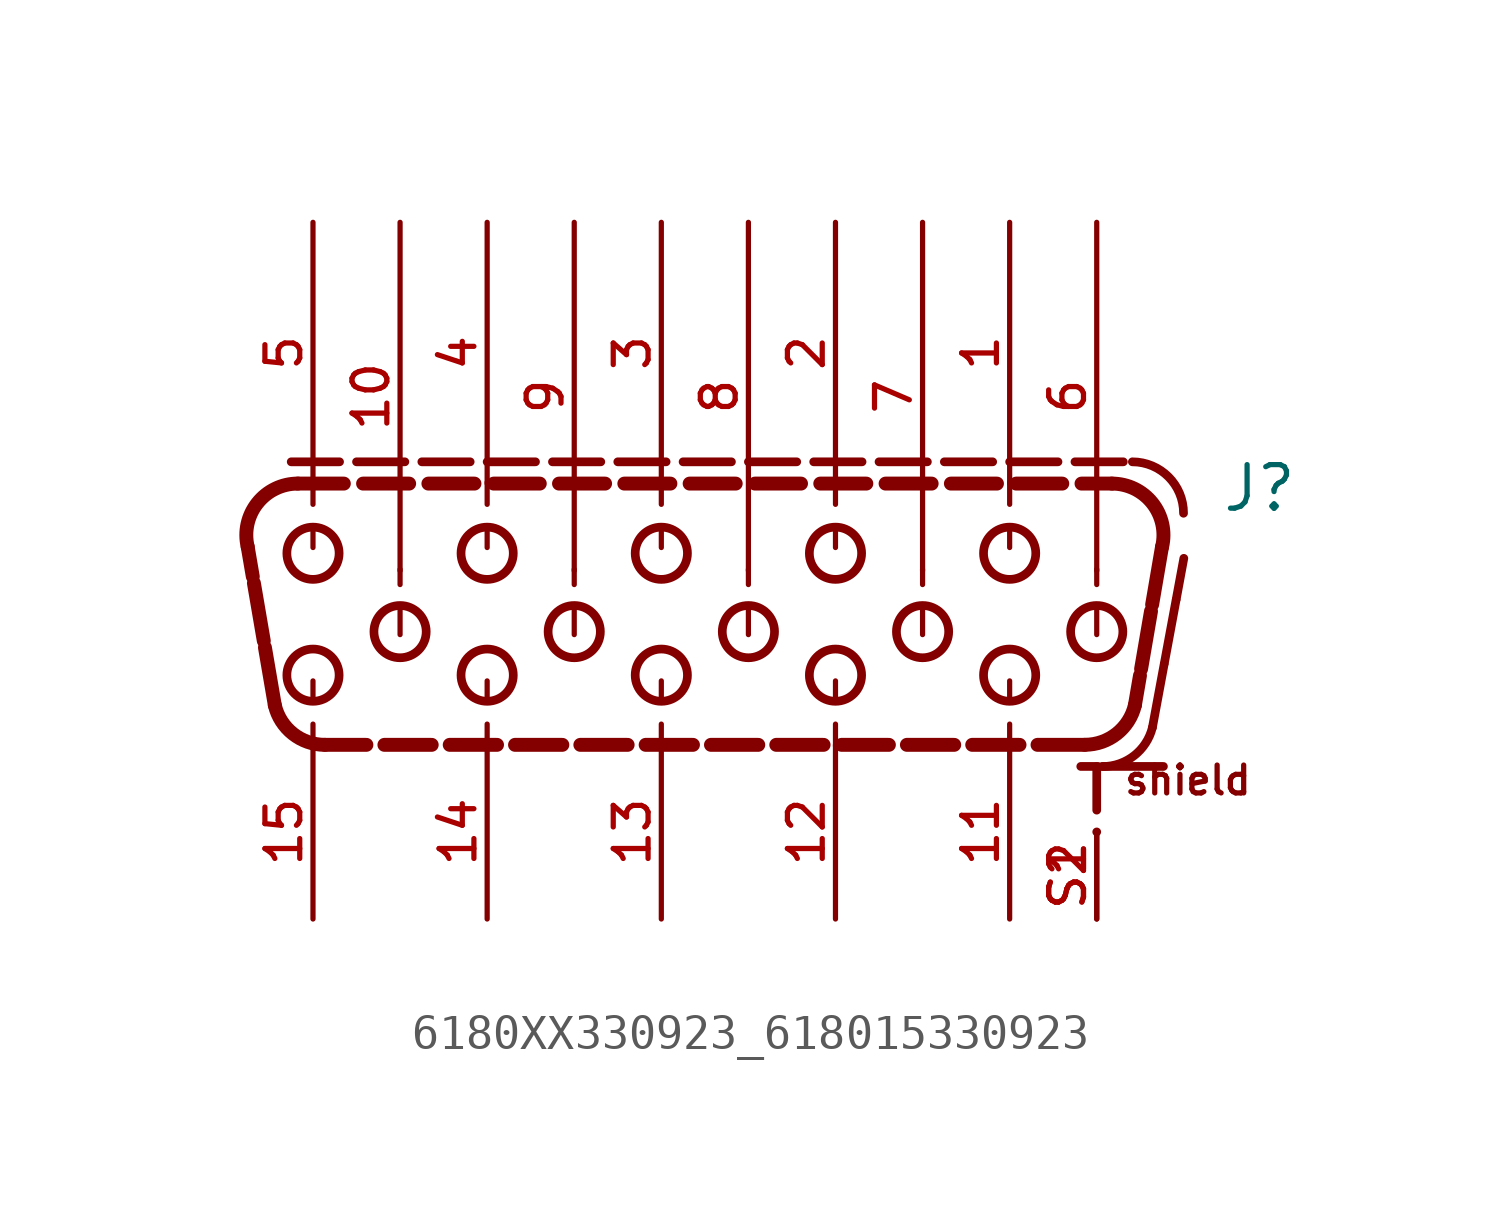
<source format=kicad_sym>
(kicad_symbol_lib
  (version 20241209)
  (generator "kicad_symbol_editor")
  (generator_version "9.0")
  (symbol "6180XX330923_618015330923"
    (pin_names
      (offset 1.016))
    (property "Reference" "J"
      (at 16.32 4.2 0)
      (effects (font (size 1.27 1.27)) (justify left bottom)))
    (symbol "6180XX330923_618015330923_0_0"
      (polyline (pts (xy -11.916 2.37) (xy -12.064 3.235)) (stroke (width 0.406) (type default)) (fill (type none)))
      (polyline (pts (xy -11.595 0.493) (xy -11.883 2.177)) (stroke (width 0.406) (type default)) (fill (type none)))
      (polyline (pts (xy -11.273 -1.385) (xy -11.561 0.299)) (stroke (width 0.406) (type default)) (fill (type none)))
      (polyline (pts (xy -10.795 5.715) (xy -9.385 5.715)) (stroke (width 0.254) (type default)) (fill (type none)))
      (polyline (pts (xy -10.604 5.08) (xy -9.26 5.08)) (stroke (width 0.406) (type default)) (fill (type none)))
      (arc (start -12.0642 3.2352) (mid -11.7806 4.5108) (end -10.6044 5.08) (stroke (width 0.4064) (type default)) (fill (type none)))
      (polyline (pts (xy -10.16 5.12) (xy -10.16 4.475)) (stroke (width 0.152) (type default)) (fill (type none)))
      (polyline (pts (xy -10.16 3.215) (xy -10.16 3.84)) (stroke (width 0.152) (type default)) (fill (type none)))
      (circle (center -10.16 3.048) (radius 0.762) (stroke (width 0.254) (type default)) (fill (type none)))
      (circle (center -10.16 -0.508) (radius 0.762) (stroke (width 0.254) (type default)) (fill (type none)))
      (polyline (pts (xy -10.16 -0.675) (xy -10.16 -1.3)) (stroke (width 0.152) (type default)) (fill (type none)))
      (polyline (pts (xy -10.16 -2.58) (xy -10.16 -1.935)) (stroke (width 0.152) (type default)) (fill (type none)))
      (arc (start -9.8131 -2.54) (mid -10.7439 -2.2162) (end -11.2729 -1.3848) (stroke (width 0.4064) (type default)) (fill (type none)))
      (polyline (pts (xy -8.89 5.715) (xy -7.48 5.715)) (stroke (width 0.254) (type default)) (fill (type none)))
      (polyline (pts (xy -8.699 5.08) (xy -7.355 5.08)) (stroke (width 0.406) (type default)) (fill (type none)))
      (polyline (pts (xy -8.602 -2.54) (xy -9.813 -2.54)) (stroke (width 0.406) (type default)) (fill (type none)))
      (polyline (pts (xy -7.62 2.58) (xy -7.62 2.135)) (stroke (width 0.152) (type default)) (fill (type none)))
      (circle (center -7.62 0.762) (radius 0.762) (stroke (width 0.254) (type default)) (fill (type none)))
      (polyline (pts (xy -7.62 0.675) (xy -7.62 1.5)) (stroke (width 0.152) (type default)) (fill (type none)))
      (polyline (pts (xy -6.985 5.715) (xy -5.575 5.715)) (stroke (width 0.254) (type default)) (fill (type none)))
      (polyline (pts (xy -6.794 5.08) (xy -5.45 5.08)) (stroke (width 0.406) (type default)) (fill (type none)))
      (polyline (pts (xy -6.697 -2.54) (xy -8.077 -2.54)) (stroke (width 0.406) (type default)) (fill (type none)))
      (polyline (pts (xy -5.08 5.715) (xy -3.67 5.715)) (stroke (width 0.254) (type default)) (fill (type none)))
      (polyline (pts (xy -5.08 5.12) (xy -5.08 4.475)) (stroke (width 0.152) (type default)) (fill (type none)))
      (polyline (pts (xy -5.08 3.215) (xy -5.08 3.84)) (stroke (width 0.152) (type default)) (fill (type none)))
      (circle (center -5.08 3.048) (radius 0.762) (stroke (width 0.254) (type default)) (fill (type none)))
      (circle (center -5.08 -0.508) (radius 0.762) (stroke (width 0.254) (type default)) (fill (type none)))
      (polyline (pts (xy -5.08 -0.675) (xy -5.08 -1.3)) (stroke (width 0.152) (type default)) (fill (type none)))
      (polyline (pts (xy -5.08 -2.58) (xy -5.08 -1.935)) (stroke (width 0.152) (type default)) (fill (type none)))
      (polyline (pts (xy -4.889 5.08) (xy -3.545 5.08)) (stroke (width 0.406) (type default)) (fill (type none)))
      (polyline (pts (xy -4.792 -2.54) (xy -6.172 -2.54)) (stroke (width 0.406) (type default)) (fill (type none)))
      (polyline (pts (xy -3.175 5.715) (xy -1.765 5.715)) (stroke (width 0.254) (type default)) (fill (type none)))
      (polyline (pts (xy -2.984 5.08) (xy -1.64 5.08)) (stroke (width 0.406) (type default)) (fill (type none)))
      (polyline (pts (xy -2.887 -2.54) (xy -4.267 -2.54)) (stroke (width 0.406) (type default)) (fill (type none)))
      (polyline (pts (xy -2.54 2.58) (xy -2.54 2.135)) (stroke (width 0.152) (type default)) (fill (type none)))
      (circle (center -2.54 0.762) (radius 0.762) (stroke (width 0.254) (type default)) (fill (type none)))
      (polyline (pts (xy -2.54 0.675) (xy -2.54 1.5)) (stroke (width 0.152) (type default)) (fill (type none)))
      (polyline (pts (xy -1.27 5.715) (xy 0.14 5.715)) (stroke (width 0.254) (type default)) (fill (type none)))
      (polyline (pts (xy -1.079 5.08) (xy 0.265 5.08)) (stroke (width 0.406) (type default)) (fill (type none)))
      (polyline (pts (xy -0.982 -2.54) (xy -2.362 -2.54)) (stroke (width 0.406) (type default)) (fill (type none)))
      (polyline (pts (xy 0 5.12) (xy 0 4.475)) (stroke (width 0.152) (type default)) (fill (type none)))
      (polyline (pts (xy 0 3.215) (xy 0 3.84)) (stroke (width 0.152) (type default)) (fill (type none)))
      (circle (center 0 3.048) (radius 0.762) (stroke (width 0.254) (type default)) (fill (type none)))
      (circle (center 0 -0.508) (radius 0.762) (stroke (width 0.254) (type default)) (fill (type none)))
      (polyline (pts (xy 0 -0.675) (xy 0 -1.3)) (stroke (width 0.152) (type default)) (fill (type none)))
      (polyline (pts (xy 0 -2.58) (xy 0 -1.935)) (stroke (width 0.152) (type default)) (fill (type none)))
      (polyline (pts (xy 0.635 5.715) (xy 2.045 5.715)) (stroke (width 0.254) (type default)) (fill (type none)))
      (polyline (pts (xy 0.826 5.08) (xy 2.17 5.08)) (stroke (width 0.406) (type default)) (fill (type none)))
      (polyline (pts (xy 0.923 -2.54) (xy -0.457 -2.54)) (stroke (width 0.406) (type default)) (fill (type none)))
      (polyline (pts (xy 2.54 5.715) (xy 3.95 5.715)) (stroke (width 0.254) (type default)) (fill (type none)))
      (polyline (pts (xy 2.54 2.58) (xy 2.54 2.135)) (stroke (width 0.152) (type default)) (fill (type none)))
      (circle (center 2.54 0.762) (radius 0.762) (stroke (width 0.254) (type default)) (fill (type none)))
      (polyline (pts (xy 2.54 0.675) (xy 2.54 1.5)) (stroke (width 0.152) (type default)) (fill (type none)))
      (polyline (pts (xy 2.731 5.08) (xy 4.075 5.08)) (stroke (width 0.406) (type default)) (fill (type none)))
      (polyline (pts (xy 2.828 -2.54) (xy 1.448 -2.54)) (stroke (width 0.406) (type default)) (fill (type none)))
      (polyline (pts (xy 4.445 5.715) (xy 5.855 5.715)) (stroke (width 0.254) (type default)) (fill (type none)))
      (polyline (pts (xy 4.636 5.08) (xy 5.98 5.08)) (stroke (width 0.406) (type default)) (fill (type none)))
      (polyline (pts (xy 4.733 -2.54) (xy 3.353 -2.54)) (stroke (width 0.406) (type default)) (fill (type none)))
      (polyline (pts (xy 5.08 5.12) (xy 5.08 4.475)) (stroke (width 0.152) (type default)) (fill (type none)))
      (polyline (pts (xy 5.08 3.215) (xy 5.08 3.84)) (stroke (width 0.152) (type default)) (fill (type none)))
      (circle (center 5.08 3.048) (radius 0.762) (stroke (width 0.254) (type default)) (fill (type none)))
      (circle (center 5.08 -0.508) (radius 0.762) (stroke (width 0.254) (type default)) (fill (type none)))
      (polyline (pts (xy 5.08 -0.675) (xy 5.08 -1.3)) (stroke (width 0.152) (type default)) (fill (type none)))
      (polyline (pts (xy 5.08 -2.58) (xy 5.08 -1.935)) (stroke (width 0.152) (type default)) (fill (type none)))
      (polyline (pts (xy 6.35 5.715) (xy 7.76 5.715)) (stroke (width 0.254) (type default)) (fill (type none)))
      (polyline (pts (xy 6.541 5.08) (xy 7.885 5.08)) (stroke (width 0.406) (type default)) (fill (type none)))
      (polyline (pts (xy 6.638 -2.54) (xy 5.258 -2.54)) (stroke (width 0.406) (type default)) (fill (type none)))
      (polyline (pts (xy 7.62 2.58) (xy 7.62 2.135)) (stroke (width 0.152) (type default)) (fill (type none)))
      (circle (center 7.62 0.762) (radius 0.762) (stroke (width 0.254) (type default)) (fill (type none)))
      (polyline (pts (xy 7.62 0.675) (xy 7.62 1.5)) (stroke (width 0.152) (type default)) (fill (type none)))
      (polyline (pts (xy 8.255 5.715) (xy 9.665 5.715)) (stroke (width 0.254) (type default)) (fill (type none)))
      (polyline (pts (xy 8.446 5.08) (xy 9.79 5.08)) (stroke (width 0.406) (type default)) (fill (type none)))
      (polyline (pts (xy 8.543 -2.54) (xy 7.163 -2.54)) (stroke (width 0.406) (type default)) (fill (type none)))
      (polyline (pts (xy 10.16 5.715) (xy 11.57 5.715)) (stroke (width 0.254) (type default)) (fill (type none)))
      (polyline (pts (xy 10.16 5.12) (xy 10.16 4.475)) (stroke (width 0.152) (type default)) (fill (type none)))
      (polyline (pts (xy 10.16 3.215) (xy 10.16 3.84)) (stroke (width 0.152) (type default)) (fill (type none)))
      (circle (center 10.16 3.048) (radius 0.762) (stroke (width 0.254) (type default)) (fill (type none)))
      (circle (center 10.16 -0.508) (radius 0.762) (stroke (width 0.254) (type default)) (fill (type none)))
      (polyline (pts (xy 10.16 -0.675) (xy 10.16 -1.3)) (stroke (width 0.152) (type default)) (fill (type none)))
      (polyline (pts (xy 10.16 -2.58) (xy 10.16 -1.935)) (stroke (width 0.152) (type default)) (fill (type none)))
      (polyline (pts (xy 10.351 5.08) (xy 11.695 5.08)) (stroke (width 0.406) (type default)) (fill (type none)))
      (polyline (pts (xy 10.448 -2.54) (xy 9.068 -2.54)) (stroke (width 0.406) (type default)) (fill (type none)))
      (polyline (pts (xy 12.065 5.715) (xy 13.475 5.715)) (stroke (width 0.254) (type default)) (fill (type none)))
      (polyline (pts (xy 12.256 5.08) (xy 13.144 5.08)) (stroke (width 0.406) (type default)) (fill (type none)))
      (arc (start 13.8129 -1.3848) (mid 13.2839 -2.2163) (end 12.353 -2.54) (stroke (width 0.4064) (type default)) (fill (type none)))
      (polyline (pts (xy 12.353 -2.54) (xy 10.973 -2.54)) (stroke (width 0.406) (type default)) (fill (type none)))
      (polyline (pts (xy 12.7 2.58) (xy 12.7 2.135)) (stroke (width 0.152) (type default)) (fill (type none)))
      (circle (center 12.7 0.762) (radius 0.762) (stroke (width 0.254) (type default)) (fill (type none)))
      (polyline (pts (xy 12.7 0.675) (xy 12.7 1.5)) (stroke (width 0.152) (type default)) (fill (type none)))
      (polyline (pts (xy 12.7 -3.175) (xy 12.7 -4.445)) (stroke (width 0.254) (type default)) (fill (type none)))
      (polyline (pts (xy 12.7 -5.08) (xy 12.7 -5.08)) (stroke (width 0.254) (type default)) (fill (type none)))
      (polyline (pts (xy 12.74 -3.17) (xy 12.234 -3.17)) (stroke (width 0.254) (type default)) (fill (type none)))
      (arc (start 14.324 -2.0338) (mid 13.7918 -2.8518) (end 12.8688 -3.17) (stroke (width 0.254) (type default)) (fill (type none)))
      (arc (start 13.1444 5.08) (mid 14.3204 4.5107) (end 14.6042 3.2352) (stroke (width 0.4064) (type default)) (fill (type none)))
      (arc (start 13.74 5.715) (mid 14.8007 5.2757) (end 15.24 4.215) (stroke (width 0.254) (type default)) (fill (type none)))
      (polyline (pts (xy 13.961 -0.52) (xy 13.813 -1.385)) (stroke (width 0.406) (type default)) (fill (type none)))
      (polyline (pts (xy 14.283 1.357) (xy 13.994 -0.327)) (stroke (width 0.406) (type default)) (fill (type none)))
      (polyline (pts (xy 14.324 -2.034) (xy 14.666 -0.191)) (stroke (width 0.254) (type default)) (fill (type none)))
      (polyline (pts (xy 14.604 3.235) (xy 14.316 1.551)) (stroke (width 0.406) (type default)) (fill (type none)))
      (polyline (pts (xy 14.645 -3.17) (xy 12.869 -3.17)) (stroke (width 0.254) (type default)) (fill (type none)))
      (polyline (pts (xy 14.672 -0.161) (xy 15.014 1.682)) (stroke (width 0.254) (type default)) (fill (type none)))
      (polyline (pts (xy 15.02 1.712) (xy 15.24 2.9)) (stroke (width 0.254) (type default)) (fill (type none)))
      (text "shield" (at 13.44 -4.05 0) (effects (font (size 0.813 0.813)) (justify left bottom)))
      (pin bidirectional line (at -10.16 -7.62 90) (length 5.08) (name "~" (effects (font (size 1.016 1.016)))) (number "15" (effects (font (size 1.016 1.016)))))
      (pin bidirectional line (at -5.08 -7.62 90) (length 5.08) (name "~" (effects (font (size 1.016 1.016)))) (number "14" (effects (font (size 1.016 1.016)))))
      (pin bidirectional line (at 0 -7.62 90) (length 5.08) (name "~" (effects (font (size 1.016 1.016)))) (number "13" (effects (font (size 1.016 1.016)))))
      (pin bidirectional line (at 5.08 -7.62 90) (length 5.08) (name "~" (effects (font (size 1.016 1.016)))) (number "12" (effects (font (size 1.016 1.016)))))
      (pin bidirectional line (at 10.16 -7.62 90) (length 5.08) (name "~" (effects (font (size 1.016 1.016)))) (number "11" (effects (font (size 1.016 1.016)))))
      (pin bidirectional line (at 12.7 -7.62 90) (length 2.54) (name "~" (effects (font (size 1.016 1.016)))) (number "S1" (effects (font (size 1.016 1.016)))))
      (pin bidirectional line (at 12.7 -7.62 90) (length 2.54) (name "~" (effects (font (size 1.016 1.016)))) (number "S2" (effects (font (size 1.016 1.016))))))
    (symbol "6180XX330923_618015330923_1_0"
      (pin bidirectional line (at -10.16 12.7 270) (length 7.62) (name "~" (effects (font (size 1.016 1.016)))) (number "5" (effects (font (size 1.016 1.016)))))
      (pin bidirectional line (at -7.62 12.7 270) (length 10.16) (name "~" (effects (font (size 1.016 1.016)))) (number "10" (effects (font (size 1.016 1.016)))))
      (pin bidirectional line (at -5.08 12.7 270) (length 7.62) (name "~" (effects (font (size 1.016 1.016)))) (number "4" (effects (font (size 1.016 1.016)))))
      (pin bidirectional line (at -2.54 12.7 270) (length 10.16) (name "~" (effects (font (size 1.016 1.016)))) (number "9" (effects (font (size 1.016 1.016)))))
      (pin bidirectional line (at 0 12.7 270) (length 7.62) (name "~" (effects (font (size 1.016 1.016)))) (number "3" (effects (font (size 1.016 1.016)))))
      (pin bidirectional line (at 2.54 12.7 270) (length 10.16) (name "~" (effects (font (size 1.016 1.016)))) (number "8" (effects (font (size 1.016 1.016)))))
      (pin bidirectional line (at 5.08 12.7 270) (length 7.62) (name "~" (effects (font (size 1.016 1.016)))) (number "2" (effects (font (size 1.016 1.016)))))
      (pin bidirectional line (at 7.62 12.7 270) (length 10.16) (name "~" (effects (font (size 1.016 1.016)))) (number "7" (effects (font (size 1.016 1.016)))))
      (pin bidirectional line (at 10.16 12.7 270) (length 7.62) (name "~" (effects (font (size 1.016 1.016)))) (number "1" (effects (font (size 1.016 1.016)))))
      (pin bidirectional line (at 12.7 12.7 270) (length 10.16) (name "~" (effects (font (size 1.016 1.016)))) (number "6" (effects (font (size 1.016 1.016))))))))
</source>
